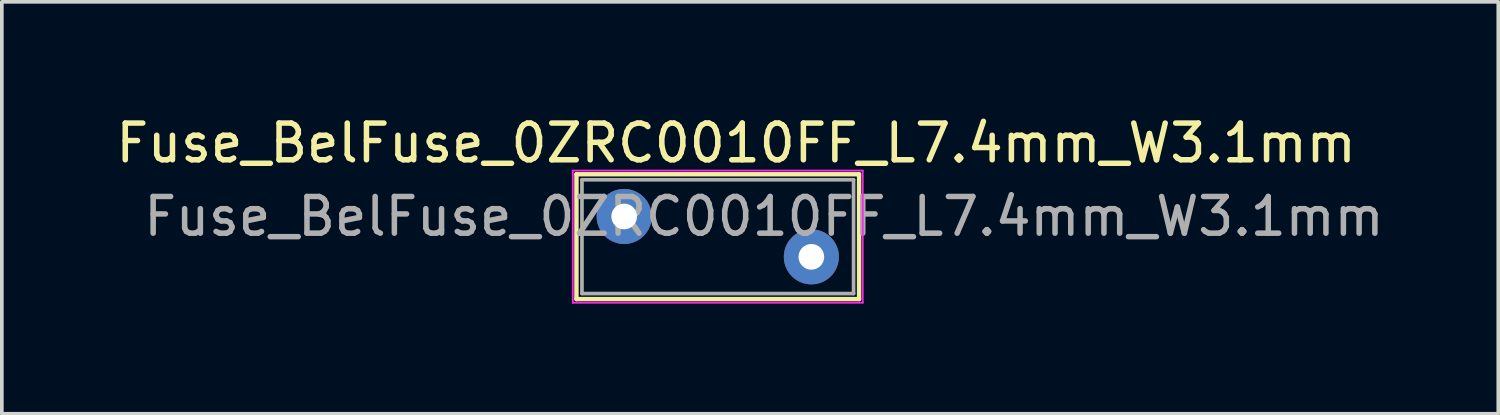
<source format=kicad_pcb>
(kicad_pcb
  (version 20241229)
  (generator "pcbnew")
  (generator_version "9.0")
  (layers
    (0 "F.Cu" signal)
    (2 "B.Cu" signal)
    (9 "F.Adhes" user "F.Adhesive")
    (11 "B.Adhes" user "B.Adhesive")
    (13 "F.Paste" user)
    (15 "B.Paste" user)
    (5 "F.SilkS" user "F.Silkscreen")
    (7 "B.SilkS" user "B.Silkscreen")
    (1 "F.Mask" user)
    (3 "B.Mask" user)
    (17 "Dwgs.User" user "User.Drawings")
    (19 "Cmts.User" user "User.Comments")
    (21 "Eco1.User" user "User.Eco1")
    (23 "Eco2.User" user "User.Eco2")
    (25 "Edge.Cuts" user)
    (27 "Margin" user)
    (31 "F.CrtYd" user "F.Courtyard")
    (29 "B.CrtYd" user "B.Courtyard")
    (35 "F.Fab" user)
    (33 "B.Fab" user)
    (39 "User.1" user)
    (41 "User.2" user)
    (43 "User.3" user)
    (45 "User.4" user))
  (footprint "Fuse_BelFuse_0ZRC0010FF_L7.4mm_W3.1mm"
    (layer "F.Cu")
    (at 13.956 2.848)
    (property "Reference" "Fuse_BelFuse_0ZRC0010FF_L7.4mm_W3.1mm" (at 3.05 -2 0) (layer "F.SilkS") (effects (font (size 1 1) (thickness 0.15))))
    (attr through_hole)
    (fp_line (start -1.3 -1.15) (end -1.3 2.25) (stroke (width 0.12) (type solid)) (layer "F.SilkS"))
    (fp_line (start -1.3 -1.15) (end 6.4 -1.15) (stroke (width 0.12) (type solid)) (layer "F.SilkS"))
    (fp_line (start -1.3 2.25) (end 6.4 2.25) (stroke (width 0.12) (type solid)) (layer "F.SilkS"))
    (fp_line (start 6.4 -1.15) (end 6.4 2.25) (stroke (width 0.12) (type solid)) (layer "F.SilkS"))
    (fp_line (start -1.4 -1.25) (end -1.4 2.35) (stroke (width 0.05) (type solid)) (layer "F.CrtYd"))
    (fp_line (start -1.4 -1.25) (end 6.5 -1.25) (stroke (width 0.05) (type solid)) (layer "F.CrtYd"))
    (fp_line (start -1.4 2.35) (end 6.5 2.35) (stroke (width 0.05) (type solid)) (layer "F.CrtYd"))
    (fp_line (start 6.5 -1.25) (end 6.5 2.35) (stroke (width 0.05) (type solid)) (layer "F.CrtYd"))
    (fp_line (start -1.15 -1) (end -1.15 2.1) (stroke (width 0.1) (type solid)) (layer "F.Fab"))
    (fp_line (start -1.15 -1) (end 6.25 -1) (stroke (width 0.1) (type solid)) (layer "F.Fab"))
    (fp_line (start -1.15 2.1) (end 6.25 2.1) (stroke (width 0.1) (type solid)) (layer "F.Fab"))
    (fp_line (start 6.25 -1) (end 6.25 2.1) (stroke (width 0.1) (type solid)) (layer "F.Fab"))
    (fp_text user "${REFERENCE}" (at 3.81 0 0) (layer "F.Fab") (effects (font (size 1 1) (thickness 0.15))))
    (pad "1" thru_hole circle (at 0 0) (size 1.5 1.5) (drill 0.7) (layers "*.Cu" "*.Mask"))
    (pad "2" thru_hole circle (at 5.1 1.1) (size 1.5 1.5) (drill 0.7) (layers "*.Cu" "*.Mask")))
  (gr_rect
    (start -3 -3)
    (end 37.772 8.223)
    (stroke (width 0.1) (type default))
    (fill no)
    (layer "Edge.Cuts")))
</source>
